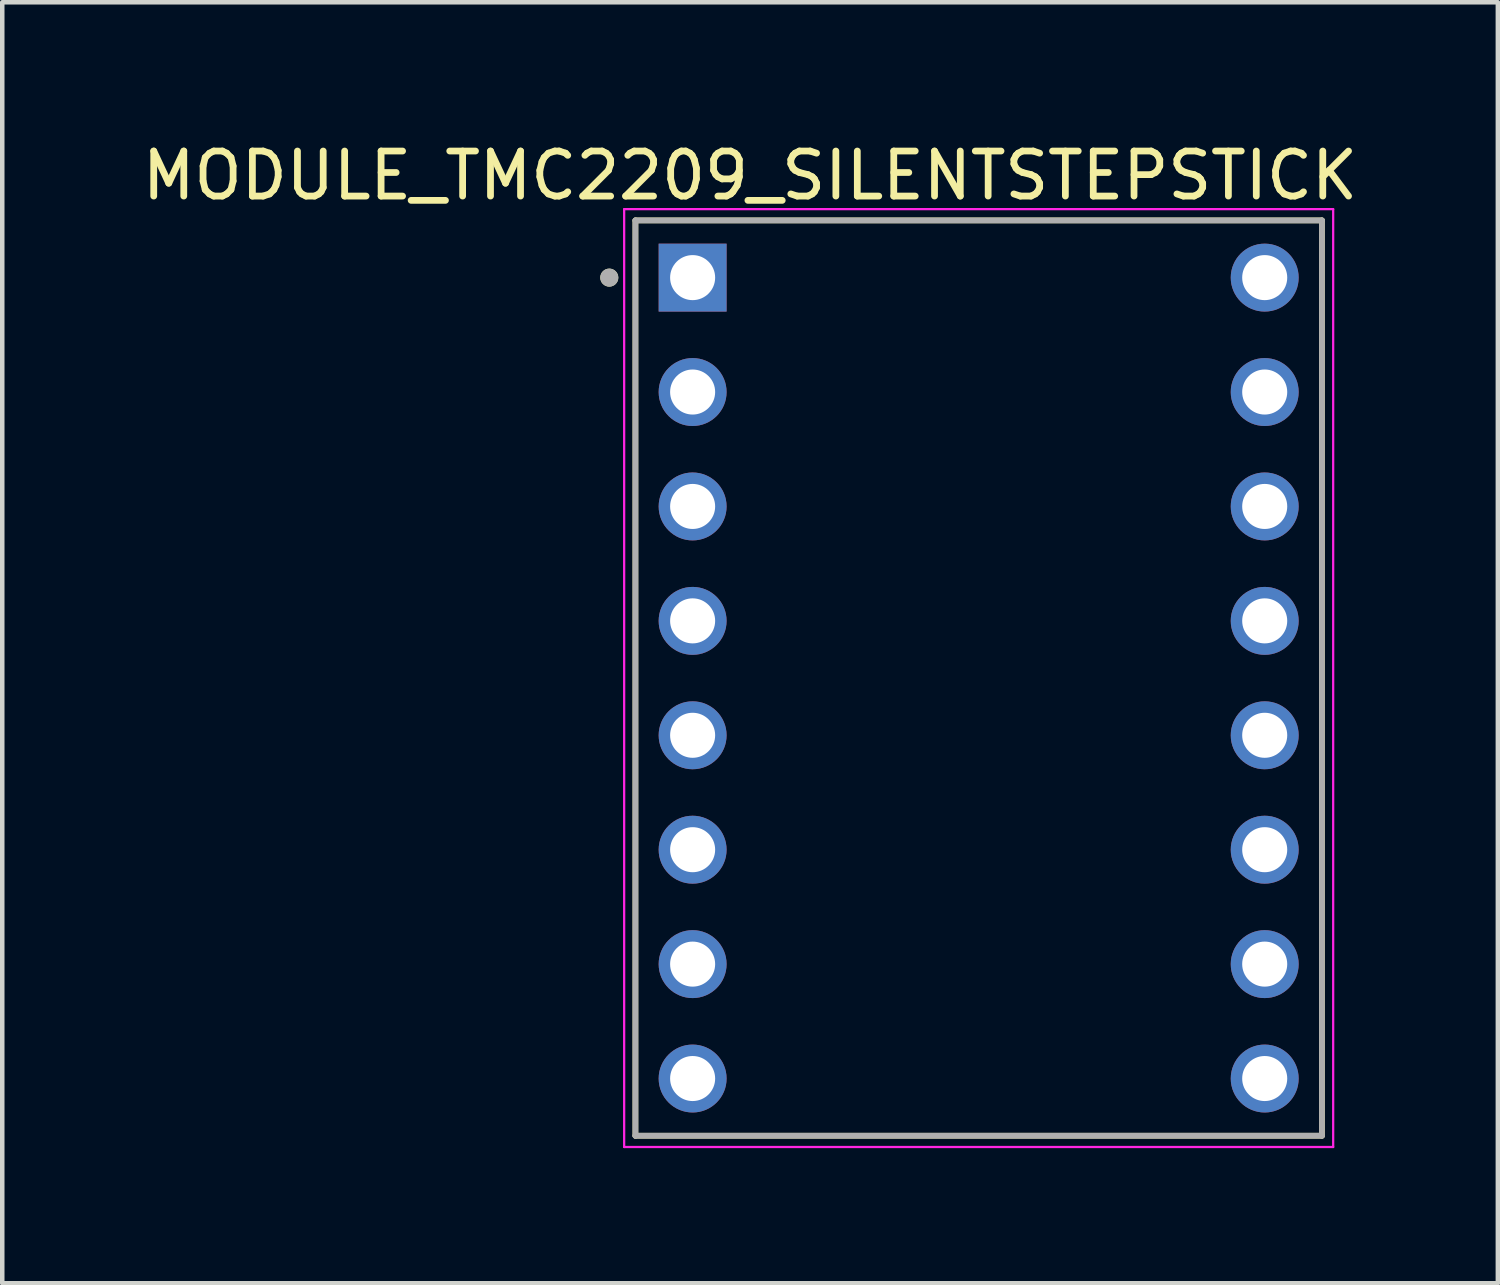
<source format=kicad_pcb>
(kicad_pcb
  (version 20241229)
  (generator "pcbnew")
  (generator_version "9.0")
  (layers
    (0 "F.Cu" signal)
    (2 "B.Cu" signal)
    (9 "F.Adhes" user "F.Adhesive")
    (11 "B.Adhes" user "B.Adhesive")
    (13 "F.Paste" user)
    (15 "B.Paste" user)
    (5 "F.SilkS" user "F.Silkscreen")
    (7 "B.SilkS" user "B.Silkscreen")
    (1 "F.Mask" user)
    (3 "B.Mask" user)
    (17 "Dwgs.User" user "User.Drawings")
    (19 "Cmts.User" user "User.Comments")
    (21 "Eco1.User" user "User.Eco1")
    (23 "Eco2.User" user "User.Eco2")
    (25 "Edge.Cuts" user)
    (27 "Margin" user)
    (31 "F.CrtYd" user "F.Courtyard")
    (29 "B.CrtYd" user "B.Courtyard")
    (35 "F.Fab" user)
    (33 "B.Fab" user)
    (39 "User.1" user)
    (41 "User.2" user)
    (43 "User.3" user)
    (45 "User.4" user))
  (footprint "MODULE_TMC2209_SILENTSTEPSTICK"
    (layer "F.Cu")
    (at 18.676 12.003)
    (property "Reference" "MODULE_TMC2209_SILENTSTEPSTICK" (at -5.075 -11.155 0) (layer "F.SilkS") (effects (font (size 1 1) (thickness 0.15))))
    (attr through_hole)
    (fp_line (start -7.62 -10.16) (end 7.62 -10.16) (stroke (width 0.127) (type solid)) (layer "F.SilkS"))
    (fp_line (start -7.62 10.16) (end -7.62 -10.16) (stroke (width 0.127) (type solid)) (layer "F.SilkS"))
    (fp_line (start 7.62 -10.16) (end 7.62 10.16) (stroke (width 0.127) (type solid)) (layer "F.SilkS"))
    (fp_line (start 7.62 10.16) (end -7.62 10.16) (stroke (width 0.127) (type solid)) (layer "F.SilkS"))
    (fp_circle (center -8.2 -8.89) (end -8.1 -8.89) (stroke (width 0.2) (type solid)) (fill no) (layer "F.SilkS"))
    (fp_line (start -7.87 -10.41) (end 7.87 -10.41) (stroke (width 0.05) (type solid)) (layer "F.CrtYd"))
    (fp_line (start -7.87 10.41) (end -7.87 -10.41) (stroke (width 0.05) (type solid)) (layer "F.CrtYd"))
    (fp_line (start 7.87 -10.41) (end 7.87 10.41) (stroke (width 0.05) (type solid)) (layer "F.CrtYd"))
    (fp_line (start 7.87 10.41) (end -7.87 10.41) (stroke (width 0.05) (type solid)) (layer "F.CrtYd"))
    (fp_line (start -7.62 -10.16) (end 7.62 -10.16) (stroke (width 0.127) (type solid)) (layer "F.Fab"))
    (fp_line (start -7.62 10.16) (end -7.62 -10.16) (stroke (width 0.127) (type solid)) (layer "F.Fab"))
    (fp_line (start 7.62 -10.16) (end 7.62 10.16) (stroke (width 0.127) (type solid)) (layer "F.Fab"))
    (fp_line (start 7.62 10.16) (end -7.62 10.16) (stroke (width 0.127) (type solid)) (layer "F.Fab"))
    (fp_circle (center -8.2 -8.89) (end -8.1 -8.89) (stroke (width 0.2) (type solid)) (fill no) (layer "F.Fab"))
    (pad "1" thru_hole rect (at -6.35 -8.89) (size 1.508 1.508) (drill 1) (layers "*.Cu" "*.Mask"))
    (pad "2" thru_hole circle (at -6.35 -6.35) (size 1.508 1.508) (drill 1) (layers "*.Cu" "*.Mask"))
    (pad "3" thru_hole circle (at -6.35 -3.81) (size 1.508 1.508) (drill 1) (layers "*.Cu" "*.Mask"))
    (pad "4" thru_hole circle (at -6.35 -1.27) (size 1.508 1.508) (drill 1) (layers "*.Cu" "*.Mask"))
    (pad "5" thru_hole circle (at -6.35 1.27) (size 1.508 1.508) (drill 1) (layers "*.Cu" "*.Mask"))
    (pad "6" thru_hole circle (at -6.35 3.81) (size 1.508 1.508) (drill 1) (layers "*.Cu" "*.Mask"))
    (pad "7" thru_hole circle (at -6.35 6.35) (size 1.508 1.508) (drill 1) (layers "*.Cu" "*.Mask"))
    (pad "8" thru_hole circle (at -6.35 8.89) (size 1.508 1.508) (drill 1) (layers "*.Cu" "*.Mask"))
    (pad "9" thru_hole circle (at 6.35 -8.89) (size 1.508 1.508) (drill 1) (layers "*.Cu" "*.Mask"))
    (pad "10" thru_hole circle (at 6.35 -6.35) (size 1.508 1.508) (drill 1) (layers "*.Cu" "*.Mask"))
    (pad "11" thru_hole circle (at 6.35 -3.81) (size 1.508 1.508) (drill 1) (layers "*.Cu" "*.Mask"))
    (pad "12" thru_hole circle (at 6.35 -1.27) (size 1.508 1.508) (drill 1) (layers "*.Cu" "*.Mask"))
    (pad "13" thru_hole circle (at 6.35 1.27) (size 1.508 1.508) (drill 1) (layers "*.Cu" "*.Mask"))
    (pad "14" thru_hole circle (at 6.35 3.81) (size 1.508 1.508) (drill 1) (layers "*.Cu" "*.Mask"))
    (pad "15" thru_hole circle (at 6.35 6.35) (size 1.508 1.508) (drill 1) (layers "*.Cu" "*.Mask"))
    (pad "16" thru_hole circle (at 6.35 8.89) (size 1.508 1.508) (drill 1) (layers "*.Cu" "*.Mask")))
  (gr_rect
    (start -3 -3)
    (end 30.202 25.438)
    (stroke (width 0.1) (type default))
    (fill no)
    (layer "Edge.Cuts")))
</source>
